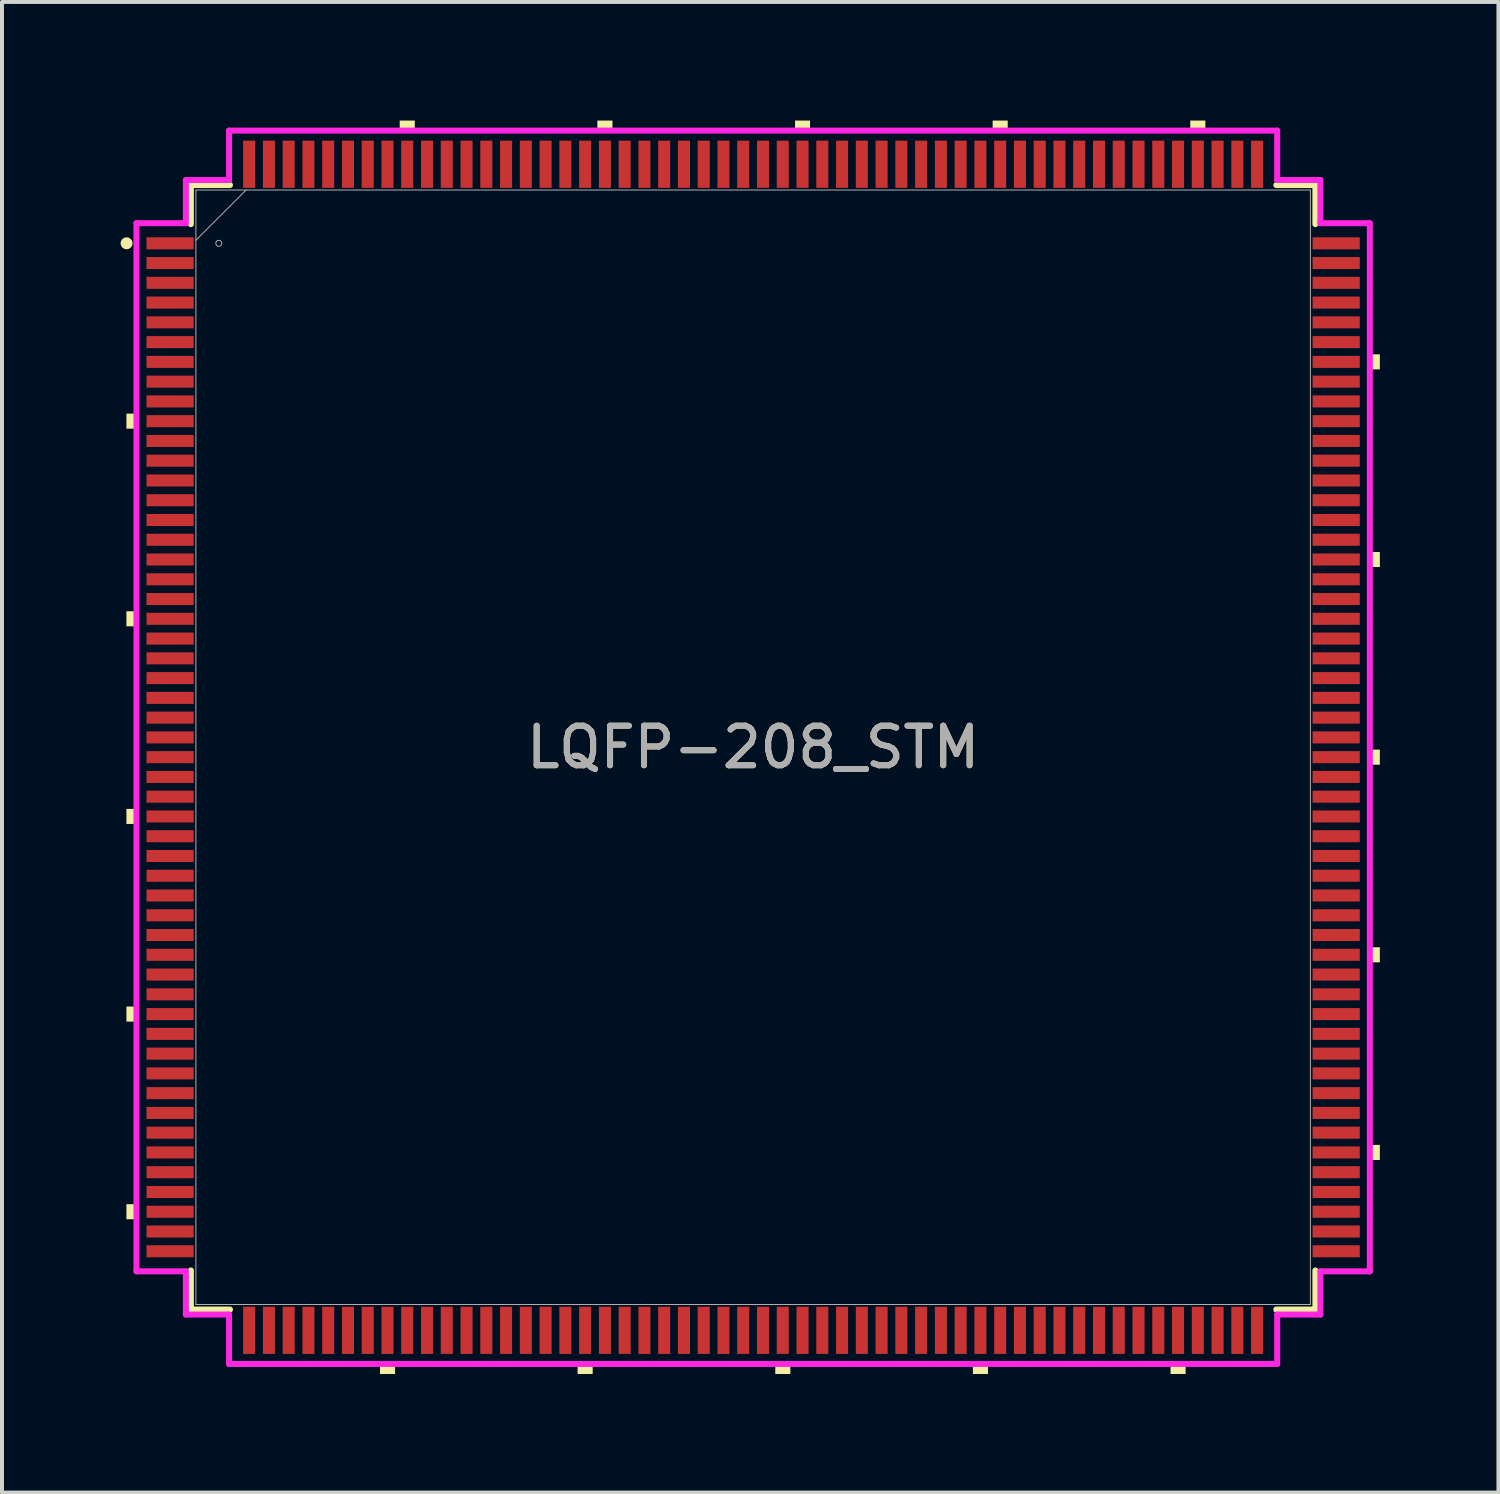
<source format=kicad_pcb>
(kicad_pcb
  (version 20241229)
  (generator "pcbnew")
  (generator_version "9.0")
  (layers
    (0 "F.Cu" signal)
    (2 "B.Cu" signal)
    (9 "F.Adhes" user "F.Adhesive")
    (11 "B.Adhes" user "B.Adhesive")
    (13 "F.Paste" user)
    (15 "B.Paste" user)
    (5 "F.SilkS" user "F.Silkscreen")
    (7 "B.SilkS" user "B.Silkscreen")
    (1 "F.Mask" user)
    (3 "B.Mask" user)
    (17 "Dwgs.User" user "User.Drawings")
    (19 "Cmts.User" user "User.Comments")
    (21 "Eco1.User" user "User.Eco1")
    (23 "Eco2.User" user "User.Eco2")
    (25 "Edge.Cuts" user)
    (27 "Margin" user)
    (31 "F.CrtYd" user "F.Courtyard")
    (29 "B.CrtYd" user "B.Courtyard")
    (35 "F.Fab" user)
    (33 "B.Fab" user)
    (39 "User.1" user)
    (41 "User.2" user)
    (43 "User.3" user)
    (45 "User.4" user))
  (footprint "LQFP-208_STM"
    (layer "F.Cu")
    (at 16.003 15.855)
    (property "Reference" "LQFP-208_STM" (at 0 0 0) (unlocked yes) (layer "F.SilkS") (effects (font (size 1 1) (thickness 0.15))))
    (attr smd)
    (fp_line (start -14.224 -14.224) (end -14.224 -13.235) (stroke (width 0.152) (type solid)) (layer "F.SilkS"))
    (fp_line (start -14.224 13.235) (end -14.224 14.224) (stroke (width 0.152) (type solid)) (layer "F.SilkS"))
    (fp_line (start -14.224 14.224) (end -13.235 14.224) (stroke (width 0.152) (type solid)) (layer "F.SilkS"))
    (fp_line (start -13.235 -14.224) (end -14.224 -14.224) (stroke (width 0.152) (type solid)) (layer "F.SilkS"))
    (fp_line (start 13.235 14.224) (end 14.224 14.224) (stroke (width 0.152) (type solid)) (layer "F.SilkS"))
    (fp_line (start 14.224 -14.224) (end 13.235 -14.224) (stroke (width 0.152) (type solid)) (layer "F.SilkS"))
    (fp_line (start 14.224 -13.235) (end 14.224 -14.224) (stroke (width 0.152) (type solid)) (layer "F.SilkS"))
    (fp_line (start 14.224 14.224) (end 14.224 13.235) (stroke (width 0.152) (type solid)) (layer "F.SilkS"))
    (fp_circle (center -15.851 -12.75) (end -15.775 -12.75) (stroke (width 0.152) (type solid)) (fill no) (layer "F.SilkS"))
    (fp_poly (pts (xy -15.855 -8.441) (xy -15.855 -8.06) (xy -15.601 -8.06) (xy -15.601 -8.441)) (stroke (width 0) (type solid)) (fill yes) (layer "F.SilkS"))
    (fp_poly (pts (xy -15.855 -3.441) (xy -15.855 -3.06) (xy -15.601 -3.06) (xy -15.601 -3.441)) (stroke (width 0) (type solid)) (fill yes) (layer "F.SilkS"))
    (fp_poly (pts (xy -15.855 1.559) (xy -15.855 1.94) (xy -15.601 1.94) (xy -15.601 1.559)) (stroke (width 0) (type solid)) (fill yes) (layer "F.SilkS"))
    (fp_poly (pts (xy -15.855 6.559) (xy -15.855 6.94) (xy -15.601 6.94) (xy -15.601 6.559)) (stroke (width 0) (type solid)) (fill yes) (layer "F.SilkS"))
    (fp_poly (pts (xy -15.855 11.559) (xy -15.855 11.94) (xy -15.601 11.94) (xy -15.601 11.559)) (stroke (width 0) (type solid)) (fill yes) (layer "F.SilkS"))
    (fp_poly (pts (xy -9.44 15.601) (xy -9.44 15.855) (xy -9.059 15.855) (xy -9.059 15.601)) (stroke (width 0) (type solid)) (fill yes) (layer "F.SilkS"))
    (fp_poly (pts (xy -8.941 -15.601) (xy -8.941 -15.855) (xy -8.559 -15.855) (xy -8.559 -15.601)) (stroke (width 0) (type solid)) (fill yes) (layer "F.SilkS"))
    (fp_poly (pts (xy -4.44 15.601) (xy -4.44 15.855) (xy -4.059 15.855) (xy -4.059 15.601)) (stroke (width 0) (type solid)) (fill yes) (layer "F.SilkS"))
    (fp_poly (pts (xy -3.941 -15.601) (xy -3.941 -15.855) (xy -3.559 -15.855) (xy -3.559 -15.601)) (stroke (width 0) (type solid)) (fill yes) (layer "F.SilkS"))
    (fp_poly (pts (xy 0.56 15.601) (xy 0.56 15.855) (xy 0.941 15.855) (xy 0.941 15.601)) (stroke (width 0) (type solid)) (fill yes) (layer "F.SilkS"))
    (fp_poly (pts (xy 1.06 -15.601) (xy 1.06 -15.855) (xy 1.44 -15.855) (xy 1.44 -15.601)) (stroke (width 0) (type solid)) (fill yes) (layer "F.SilkS"))
    (fp_poly (pts (xy 5.56 15.601) (xy 5.56 15.855) (xy 5.941 15.855) (xy 5.941 15.601)) (stroke (width 0) (type solid)) (fill yes) (layer "F.SilkS"))
    (fp_poly (pts (xy 6.059 -15.601) (xy 6.059 -15.855) (xy 6.441 -15.855) (xy 6.441 -15.601)) (stroke (width 0) (type solid)) (fill yes) (layer "F.SilkS"))
    (fp_poly (pts (xy 10.56 15.601) (xy 10.56 15.855) (xy 10.941 15.855) (xy 10.941 15.601)) (stroke (width 0) (type solid)) (fill yes) (layer "F.SilkS"))
    (fp_poly (pts (xy 11.059 -15.601) (xy 11.059 -15.855) (xy 11.441 -15.855) (xy 11.441 -15.601)) (stroke (width 0) (type solid)) (fill yes) (layer "F.SilkS"))
    (fp_poly (pts (xy 15.855 -9.941) (xy 15.855 -9.56) (xy 15.601 -9.56) (xy 15.601 -9.941)) (stroke (width 0) (type solid)) (fill yes) (layer "F.SilkS"))
    (fp_poly (pts (xy 15.855 -4.941) (xy 15.855 -4.56) (xy 15.601 -4.56) (xy 15.601 -4.941)) (stroke (width 0) (type solid)) (fill yes) (layer "F.SilkS"))
    (fp_poly (pts (xy 15.855 0.059) (xy 15.855 0.441) (xy 15.601 0.441) (xy 15.601 0.059)) (stroke (width 0) (type solid)) (fill yes) (layer "F.SilkS"))
    (fp_poly (pts (xy 15.855 5.059) (xy 15.855 5.441) (xy 15.601 5.441) (xy 15.601 5.059)) (stroke (width 0) (type solid)) (fill yes) (layer "F.SilkS"))
    (fp_poly (pts (xy 15.855 10.059) (xy 15.855 10.441) (xy 15.601 10.441) (xy 15.601 10.059)) (stroke (width 0) (type solid)) (fill yes) (layer "F.SilkS"))
    (fp_line (start -15.601 -13.258) (end -14.351 -13.258) (stroke (width 0.152) (type solid)) (layer "F.CrtYd"))
    (fp_line (start -15.601 13.258) (end -15.601 -13.258) (stroke (width 0.152) (type solid)) (layer "F.CrtYd"))
    (fp_line (start -14.351 -14.351) (end -13.258 -14.351) (stroke (width 0.152) (type solid)) (layer "F.CrtYd"))
    (fp_line (start -14.351 -13.258) (end -14.351 -14.351) (stroke (width 0.152) (type solid)) (layer "F.CrtYd"))
    (fp_line (start -14.351 13.258) (end -15.601 13.258) (stroke (width 0.152) (type solid)) (layer "F.CrtYd"))
    (fp_line (start -14.351 14.351) (end -14.351 13.258) (stroke (width 0.152) (type solid)) (layer "F.CrtYd"))
    (fp_line (start -13.258 -15.601) (end 13.258 -15.601) (stroke (width 0.152) (type solid)) (layer "F.CrtYd"))
    (fp_line (start -13.258 -14.351) (end -13.258 -15.601) (stroke (width 0.152) (type solid)) (layer "F.CrtYd"))
    (fp_line (start -13.258 14.351) (end -14.351 14.351) (stroke (width 0.152) (type solid)) (layer "F.CrtYd"))
    (fp_line (start -13.258 15.601) (end -13.258 14.351) (stroke (width 0.152) (type solid)) (layer "F.CrtYd"))
    (fp_line (start 13.258 -15.601) (end 13.258 -14.351) (stroke (width 0.152) (type solid)) (layer "F.CrtYd"))
    (fp_line (start 13.258 -14.351) (end 14.351 -14.351) (stroke (width 0.152) (type solid)) (layer "F.CrtYd"))
    (fp_line (start 13.258 14.351) (end 13.258 15.601) (stroke (width 0.152) (type solid)) (layer "F.CrtYd"))
    (fp_line (start 13.258 15.601) (end -13.258 15.601) (stroke (width 0.152) (type solid)) (layer "F.CrtYd"))
    (fp_line (start 14.351 -14.351) (end 14.351 -13.258) (stroke (width 0.152) (type solid)) (layer "F.CrtYd"))
    (fp_line (start 14.351 -13.258) (end 15.601 -13.258) (stroke (width 0.152) (type solid)) (layer "F.CrtYd"))
    (fp_line (start 14.351 13.258) (end 14.351 14.351) (stroke (width 0.152) (type solid)) (layer "F.CrtYd"))
    (fp_line (start 14.351 14.351) (end 13.258 14.351) (stroke (width 0.152) (type solid)) (layer "F.CrtYd"))
    (fp_line (start 15.601 -13.258) (end 15.601 13.258) (stroke (width 0.152) (type solid)) (layer "F.CrtYd"))
    (fp_line (start 15.601 13.258) (end 14.351 13.258) (stroke (width 0.152) (type solid)) (layer "F.CrtYd"))
    (fp_line (start -14.097 -14.097) (end -14.097 14.097) (stroke (width 0.025) (type solid)) (layer "F.Fab"))
    (fp_line (start -14.097 -12.827) (end -12.827 -14.097) (stroke (width 0.025) (type solid)) (layer "F.Fab"))
    (fp_line (start -14.097 14.097) (end 14.097 14.097) (stroke (width 0.025) (type solid)) (layer "F.Fab"))
    (fp_line (start 14.097 -14.097) (end -14.097 -14.097) (stroke (width 0.025) (type solid)) (layer "F.Fab"))
    (fp_line (start 14.097 14.097) (end 14.097 -14.097) (stroke (width 0.025) (type solid)) (layer "F.Fab"))
    (fp_circle (center -13.518 -12.75) (end -13.442 -12.75) (stroke (width 0.025) (type solid)) (fill no) (layer "F.Fab"))
    (fp_text user "${REFERENCE}" (at 0 0 0) (unlocked yes) (layer "F.Fab") (effects (font (size 1 1) (thickness 0.15))))
    (pad "1" smd rect (at -14.75 -12.75) (size 1.194 0.305) (layers "F.Cu" "F.Mask" "F.Paste"))
    (pad "2" smd rect (at -14.75 -12.25) (size 1.194 0.305) (layers "F.Cu" "F.Mask" "F.Paste"))
    (pad "3" smd rect (at -14.75 -11.75) (size 1.194 0.305) (layers "F.Cu" "F.Mask" "F.Paste"))
    (pad "4" smd rect (at -14.75 -11.25) (size 1.194 0.305) (layers "F.Cu" "F.Mask" "F.Paste"))
    (pad "5" smd rect (at -14.75 -10.75) (size 1.194 0.305) (layers "F.Cu" "F.Mask" "F.Paste"))
    (pad "6" smd rect (at -14.75 -10.25) (size 1.194 0.305) (layers "F.Cu" "F.Mask" "F.Paste"))
    (pad "7" smd rect (at -14.75 -9.75) (size 1.194 0.305) (layers "F.Cu" "F.Mask" "F.Paste"))
    (pad "8" smd rect (at -14.75 -9.25) (size 1.194 0.305) (layers "F.Cu" "F.Mask" "F.Paste"))
    (pad "9" smd rect (at -14.75 -8.75) (size 1.194 0.305) (layers "F.Cu" "F.Mask" "F.Paste"))
    (pad "10" smd rect (at -14.75 -8.25) (size 1.194 0.305) (layers "F.Cu" "F.Mask" "F.Paste"))
    (pad "11" smd rect (at -14.75 -7.75) (size 1.194 0.305) (layers "F.Cu" "F.Mask" "F.Paste"))
    (pad "12" smd rect (at -14.75 -7.25) (size 1.194 0.305) (layers "F.Cu" "F.Mask" "F.Paste"))
    (pad "13" smd rect (at -14.75 -6.75) (size 1.194 0.305) (layers "F.Cu" "F.Mask" "F.Paste"))
    (pad "14" smd rect (at -14.75 -6.25) (size 1.194 0.305) (layers "F.Cu" "F.Mask" "F.Paste"))
    (pad "15" smd rect (at -14.75 -5.75) (size 1.194 0.305) (layers "F.Cu" "F.Mask" "F.Paste"))
    (pad "16" smd rect (at -14.75 -5.25) (size 1.194 0.305) (layers "F.Cu" "F.Mask" "F.Paste"))
    (pad "17" smd rect (at -14.75 -4.75) (size 1.194 0.305) (layers "F.Cu" "F.Mask" "F.Paste"))
    (pad "18" smd rect (at -14.75 -4.25) (size 1.194 0.305) (layers "F.Cu" "F.Mask" "F.Paste"))
    (pad "19" smd rect (at -14.75 -3.75) (size 1.194 0.305) (layers "F.Cu" "F.Mask" "F.Paste"))
    (pad "20" smd rect (at -14.75 -3.25) (size 1.194 0.305) (layers "F.Cu" "F.Mask" "F.Paste"))
    (pad "21" smd rect (at -14.75 -2.75) (size 1.194 0.305) (layers "F.Cu" "F.Mask" "F.Paste"))
    (pad "22" smd rect (at -14.75 -2.25) (size 1.194 0.305) (layers "F.Cu" "F.Mask" "F.Paste"))
    (pad "23" smd rect (at -14.75 -1.75) (size 1.194 0.305) (layers "F.Cu" "F.Mask" "F.Paste"))
    (pad "24" smd rect (at -14.75 -1.25) (size 1.194 0.305) (layers "F.Cu" "F.Mask" "F.Paste"))
    (pad "25" smd rect (at -14.75 -0.75) (size 1.194 0.305) (layers "F.Cu" "F.Mask" "F.Paste"))
    (pad "26" smd rect (at -14.75 -0.25) (size 1.194 0.305) (layers "F.Cu" "F.Mask" "F.Paste"))
    (pad "27" smd rect (at -14.75 0.25) (size 1.194 0.305) (layers "F.Cu" "F.Mask" "F.Paste"))
    (pad "28" smd rect (at -14.75 0.75) (size 1.194 0.305) (layers "F.Cu" "F.Mask" "F.Paste"))
    (pad "29" smd rect (at -14.75 1.25) (size 1.194 0.305) (layers "F.Cu" "F.Mask" "F.Paste"))
    (pad "30" smd rect (at -14.75 1.75) (size 1.194 0.305) (layers "F.Cu" "F.Mask" "F.Paste"))
    (pad "31" smd rect (at -14.75 2.25) (size 1.194 0.305) (layers "F.Cu" "F.Mask" "F.Paste"))
    (pad "32" smd rect (at -14.75 2.75) (size 1.194 0.305) (layers "F.Cu" "F.Mask" "F.Paste"))
    (pad "33" smd rect (at -14.75 3.25) (size 1.194 0.305) (layers "F.Cu" "F.Mask" "F.Paste"))
    (pad "34" smd rect (at -14.75 3.75) (size 1.194 0.305) (layers "F.Cu" "F.Mask" "F.Paste"))
    (pad "35" smd rect (at -14.75 4.25) (size 1.194 0.305) (layers "F.Cu" "F.Mask" "F.Paste"))
    (pad "36" smd rect (at -14.75 4.75) (size 1.194 0.305) (layers "F.Cu" "F.Mask" "F.Paste"))
    (pad "37" smd rect (at -14.75 5.25) (size 1.194 0.305) (layers "F.Cu" "F.Mask" "F.Paste"))
    (pad "38" smd rect (at -14.75 5.75) (size 1.194 0.305) (layers "F.Cu" "F.Mask" "F.Paste"))
    (pad "39" smd rect (at -14.75 6.25) (size 1.194 0.305) (layers "F.Cu" "F.Mask" "F.Paste"))
    (pad "40" smd rect (at -14.75 6.75) (size 1.194 0.305) (layers "F.Cu" "F.Mask" "F.Paste"))
    (pad "41" smd rect (at -14.75 7.25) (size 1.194 0.305) (layers "F.Cu" "F.Mask" "F.Paste"))
    (pad "42" smd rect (at -14.75 7.75) (size 1.194 0.305) (layers "F.Cu" "F.Mask" "F.Paste"))
    (pad "43" smd rect (at -14.75 8.25) (size 1.194 0.305) (layers "F.Cu" "F.Mask" "F.Paste"))
    (pad "44" smd rect (at -14.75 8.75) (size 1.194 0.305) (layers "F.Cu" "F.Mask" "F.Paste"))
    (pad "45" smd rect (at -14.75 9.25) (size 1.194 0.305) (layers "F.Cu" "F.Mask" "F.Paste"))
    (pad "46" smd rect (at -14.75 9.75) (size 1.194 0.305) (layers "F.Cu" "F.Mask" "F.Paste"))
    (pad "47" smd rect (at -14.75 10.25) (size 1.194 0.305) (layers "F.Cu" "F.Mask" "F.Paste"))
    (pad "48" smd rect (at -14.75 10.75) (size 1.194 0.305) (layers "F.Cu" "F.Mask" "F.Paste"))
    (pad "49" smd rect (at -14.75 11.25) (size 1.194 0.305) (layers "F.Cu" "F.Mask" "F.Paste"))
    (pad "50" smd rect (at -14.75 11.75) (size 1.194 0.305) (layers "F.Cu" "F.Mask" "F.Paste"))
    (pad "51" smd rect (at -14.75 12.25) (size 1.194 0.305) (layers "F.Cu" "F.Mask" "F.Paste"))
    (pad "52" smd rect (at -14.75 12.75) (size 1.194 0.305) (layers "F.Cu" "F.Mask" "F.Paste"))
    (pad "53" smd rect (at -12.75 14.75 90) (size 1.194 0.305) (layers "F.Cu" "F.Mask" "F.Paste"))
    (pad "54" smd rect (at -12.25 14.75 90) (size 1.194 0.305) (layers "F.Cu" "F.Mask" "F.Paste"))
    (pad "55" smd rect (at -11.75 14.75 90) (size 1.194 0.305) (layers "F.Cu" "F.Mask" "F.Paste"))
    (pad "56" smd rect (at -11.25 14.75 90) (size 1.194 0.305) (layers "F.Cu" "F.Mask" "F.Paste"))
    (pad "57" smd rect (at -10.75 14.75 90) (size 1.194 0.305) (layers "F.Cu" "F.Mask" "F.Paste"))
    (pad "58" smd rect (at -10.25 14.75 90) (size 1.194 0.305) (layers "F.Cu" "F.Mask" "F.Paste"))
    (pad "59" smd rect (at -9.75 14.75 90) (size 1.194 0.305) (layers "F.Cu" "F.Mask" "F.Paste"))
    (pad "60" smd rect (at -9.25 14.75 90) (size 1.194 0.305) (layers "F.Cu" "F.Mask" "F.Paste"))
    (pad "61" smd rect (at -8.75 14.75 90) (size 1.194 0.305) (layers "F.Cu" "F.Mask" "F.Paste"))
    (pad "62" smd rect (at -8.25 14.75 90) (size 1.194 0.305) (layers "F.Cu" "F.Mask" "F.Paste"))
    (pad "63" smd rect (at -7.75 14.75 90) (size 1.194 0.305) (layers "F.Cu" "F.Mask" "F.Paste"))
    (pad "64" smd rect (at -7.25 14.75 90) (size 1.194 0.305) (layers "F.Cu" "F.Mask" "F.Paste"))
    (pad "65" smd rect (at -6.75 14.75 90) (size 1.194 0.305) (layers "F.Cu" "F.Mask" "F.Paste"))
    (pad "66" smd rect (at -6.25 14.75 90) (size 1.194 0.305) (layers "F.Cu" "F.Mask" "F.Paste"))
    (pad "67" smd rect (at -5.75 14.75 90) (size 1.194 0.305) (layers "F.Cu" "F.Mask" "F.Paste"))
    (pad "68" smd rect (at -5.25 14.75 90) (size 1.194 0.305) (layers "F.Cu" "F.Mask" "F.Paste"))
    (pad "69" smd rect (at -4.75 14.75 90) (size 1.194 0.305) (layers "F.Cu" "F.Mask" "F.Paste"))
    (pad "70" smd rect (at -4.25 14.75 90) (size 1.194 0.305) (layers "F.Cu" "F.Mask" "F.Paste"))
    (pad "71" smd rect (at -3.75 14.75 90) (size 1.194 0.305) (layers "F.Cu" "F.Mask" "F.Paste"))
    (pad "72" smd rect (at -3.25 14.75 90) (size 1.194 0.305) (layers "F.Cu" "F.Mask" "F.Paste"))
    (pad "73" smd rect (at -2.75 14.75 90) (size 1.194 0.305) (layers "F.Cu" "F.Mask" "F.Paste"))
    (pad "74" smd rect (at -2.25 14.75 90) (size 1.194 0.305) (layers "F.Cu" "F.Mask" "F.Paste"))
    (pad "75" smd rect (at -1.75 14.75 90) (size 1.194 0.305) (layers "F.Cu" "F.Mask" "F.Paste"))
    (pad "76" smd rect (at -1.25 14.75 90) (size 1.194 0.305) (layers "F.Cu" "F.Mask" "F.Paste"))
    (pad "77" smd rect (at -0.75 14.75 90) (size 1.194 0.305) (layers "F.Cu" "F.Mask" "F.Paste"))
    (pad "78" smd rect (at -0.25 14.75 90) (size 1.194 0.305) (layers "F.Cu" "F.Mask" "F.Paste"))
    (pad "79" smd rect (at 0.25 14.75 90) (size 1.194 0.305) (layers "F.Cu" "F.Mask" "F.Paste"))
    (pad "80" smd rect (at 0.75 14.75 90) (size 1.194 0.305) (layers "F.Cu" "F.Mask" "F.Paste"))
    (pad "81" smd rect (at 1.25 14.75 90) (size 1.194 0.305) (layers "F.Cu" "F.Mask" "F.Paste"))
    (pad "82" smd rect (at 1.75 14.75 90) (size 1.194 0.305) (layers "F.Cu" "F.Mask" "F.Paste"))
    (pad "83" smd rect (at 2.25 14.75 90) (size 1.194 0.305) (layers "F.Cu" "F.Mask" "F.Paste"))
    (pad "84" smd rect (at 2.75 14.75 90) (size 1.194 0.305) (layers "F.Cu" "F.Mask" "F.Paste"))
    (pad "85" smd rect (at 3.25 14.75 90) (size 1.194 0.305) (layers "F.Cu" "F.Mask" "F.Paste"))
    (pad "86" smd rect (at 3.75 14.75 90) (size 1.194 0.305) (layers "F.Cu" "F.Mask" "F.Paste"))
    (pad "87" smd rect (at 4.25 14.75 90) (size 1.194 0.305) (layers "F.Cu" "F.Mask" "F.Paste"))
    (pad "88" smd rect (at 4.75 14.75 90) (size 1.194 0.305) (layers "F.Cu" "F.Mask" "F.Paste"))
    (pad "89" smd rect (at 5.25 14.75 90) (size 1.194 0.305) (layers "F.Cu" "F.Mask" "F.Paste"))
    (pad "90" smd rect (at 5.75 14.75 90) (size 1.194 0.305) (layers "F.Cu" "F.Mask" "F.Paste"))
    (pad "91" smd rect (at 6.25 14.75 90) (size 1.194 0.305) (layers "F.Cu" "F.Mask" "F.Paste"))
    (pad "92" smd rect (at 6.75 14.75 90) (size 1.194 0.305) (layers "F.Cu" "F.Mask" "F.Paste"))
    (pad "93" smd rect (at 7.25 14.75 90) (size 1.194 0.305) (layers "F.Cu" "F.Mask" "F.Paste"))
    (pad "94" smd rect (at 7.75 14.75 90) (size 1.194 0.305) (layers "F.Cu" "F.Mask" "F.Paste"))
    (pad "95" smd rect (at 8.25 14.75 90) (size 1.194 0.305) (layers "F.Cu" "F.Mask" "F.Paste"))
    (pad "96" smd rect (at 8.75 14.75 90) (size 1.194 0.305) (layers "F.Cu" "F.Mask" "F.Paste"))
    (pad "97" smd rect (at 9.25 14.75 90) (size 1.194 0.305) (layers "F.Cu" "F.Mask" "F.Paste"))
    (pad "98" smd rect (at 9.75 14.75 90) (size 1.194 0.305) (layers "F.Cu" "F.Mask" "F.Paste"))
    (pad "99" smd rect (at 10.25 14.75 90) (size 1.194 0.305) (layers "F.Cu" "F.Mask" "F.Paste"))
    (pad "100" smd rect (at 10.75 14.75 90) (size 1.194 0.305) (layers "F.Cu" "F.Mask" "F.Paste"))
    (pad "101" smd rect (at 11.25 14.75 90) (size 1.194 0.305) (layers "F.Cu" "F.Mask" "F.Paste"))
    (pad "102" smd rect (at 11.75 14.75 90) (size 1.194 0.305) (layers "F.Cu" "F.Mask" "F.Paste"))
    (pad "103" smd rect (at 12.25 14.75 90) (size 1.194 0.305) (layers "F.Cu" "F.Mask" "F.Paste"))
    (pad "104" smd rect (at 12.75 14.75 90) (size 1.194 0.305) (layers "F.Cu" "F.Mask" "F.Paste"))
    (pad "105" smd rect (at 14.75 12.75) (size 1.194 0.305) (layers "F.Cu" "F.Mask" "F.Paste"))
    (pad "106" smd rect (at 14.75 12.25) (size 1.194 0.305) (layers "F.Cu" "F.Mask" "F.Paste"))
    (pad "107" smd rect (at 14.75 11.75) (size 1.194 0.305) (layers "F.Cu" "F.Mask" "F.Paste"))
    (pad "108" smd rect (at 14.75 11.25) (size 1.194 0.305) (layers "F.Cu" "F.Mask" "F.Paste"))
    (pad "109" smd rect (at 14.75 10.75) (size 1.194 0.305) (layers "F.Cu" "F.Mask" "F.Paste"))
    (pad "110" smd rect (at 14.75 10.25) (size 1.194 0.305) (layers "F.Cu" "F.Mask" "F.Paste"))
    (pad "111" smd rect (at 14.75 9.75) (size 1.194 0.305) (layers "F.Cu" "F.Mask" "F.Paste"))
    (pad "112" smd rect (at 14.75 9.25) (size 1.194 0.305) (layers "F.Cu" "F.Mask" "F.Paste"))
    (pad "113" smd rect (at 14.75 8.75) (size 1.194 0.305) (layers "F.Cu" "F.Mask" "F.Paste"))
    (pad "114" smd rect (at 14.75 8.25) (size 1.194 0.305) (layers "F.Cu" "F.Mask" "F.Paste"))
    (pad "115" smd rect (at 14.75 7.75) (size 1.194 0.305) (layers "F.Cu" "F.Mask" "F.Paste"))
    (pad "116" smd rect (at 14.75 7.25) (size 1.194 0.305) (layers "F.Cu" "F.Mask" "F.Paste"))
    (pad "117" smd rect (at 14.75 6.75) (size 1.194 0.305) (layers "F.Cu" "F.Mask" "F.Paste"))
    (pad "118" smd rect (at 14.75 6.25) (size 1.194 0.305) (layers "F.Cu" "F.Mask" "F.Paste"))
    (pad "119" smd rect (at 14.75 5.75) (size 1.194 0.305) (layers "F.Cu" "F.Mask" "F.Paste"))
    (pad "120" smd rect (at 14.75 5.25) (size 1.194 0.305) (layers "F.Cu" "F.Mask" "F.Paste"))
    (pad "121" smd rect (at 14.75 4.75) (size 1.194 0.305) (layers "F.Cu" "F.Mask" "F.Paste"))
    (pad "122" smd rect (at 14.75 4.25) (size 1.194 0.305) (layers "F.Cu" "F.Mask" "F.Paste"))
    (pad "123" smd rect (at 14.75 3.75) (size 1.194 0.305) (layers "F.Cu" "F.Mask" "F.Paste"))
    (pad "124" smd rect (at 14.75 3.25) (size 1.194 0.305) (layers "F.Cu" "F.Mask" "F.Paste"))
    (pad "125" smd rect (at 14.75 2.75) (size 1.194 0.305) (layers "F.Cu" "F.Mask" "F.Paste"))
    (pad "126" smd rect (at 14.75 2.25) (size 1.194 0.305) (layers "F.Cu" "F.Mask" "F.Paste"))
    (pad "127" smd rect (at 14.75 1.75) (size 1.194 0.305) (layers "F.Cu" "F.Mask" "F.Paste"))
    (pad "128" smd rect (at 14.75 1.25) (size 1.194 0.305) (layers "F.Cu" "F.Mask" "F.Paste"))
    (pad "129" smd rect (at 14.75 0.75) (size 1.194 0.305) (layers "F.Cu" "F.Mask" "F.Paste"))
    (pad "130" smd rect (at 14.75 0.25) (size 1.194 0.305) (layers "F.Cu" "F.Mask" "F.Paste"))
    (pad "131" smd rect (at 14.75 -0.25) (size 1.194 0.305) (layers "F.Cu" "F.Mask" "F.Paste"))
    (pad "132" smd rect (at 14.75 -0.75) (size 1.194 0.305) (layers "F.Cu" "F.Mask" "F.Paste"))
    (pad "133" smd rect (at 14.75 -1.25) (size 1.194 0.305) (layers "F.Cu" "F.Mask" "F.Paste"))
    (pad "134" smd rect (at 14.75 -1.75) (size 1.194 0.305) (layers "F.Cu" "F.Mask" "F.Paste"))
    (pad "135" smd rect (at 14.75 -2.25) (size 1.194 0.305) (layers "F.Cu" "F.Mask" "F.Paste"))
    (pad "136" smd rect (at 14.75 -2.75) (size 1.194 0.305) (layers "F.Cu" "F.Mask" "F.Paste"))
    (pad "137" smd rect (at 14.75 -3.25) (size 1.194 0.305) (layers "F.Cu" "F.Mask" "F.Paste"))
    (pad "138" smd rect (at 14.75 -3.75) (size 1.194 0.305) (layers "F.Cu" "F.Mask" "F.Paste"))
    (pad "139" smd rect (at 14.75 -4.25) (size 1.194 0.305) (layers "F.Cu" "F.Mask" "F.Paste"))
    (pad "140" smd rect (at 14.75 -4.75) (size 1.194 0.305) (layers "F.Cu" "F.Mask" "F.Paste"))
    (pad "141" smd rect (at 14.75 -5.25) (size 1.194 0.305) (layers "F.Cu" "F.Mask" "F.Paste"))
    (pad "142" smd rect (at 14.75 -5.75) (size 1.194 0.305) (layers "F.Cu" "F.Mask" "F.Paste"))
    (pad "143" smd rect (at 14.75 -6.25) (size 1.194 0.305) (layers "F.Cu" "F.Mask" "F.Paste"))
    (pad "144" smd rect (at 14.75 -6.75) (size 1.194 0.305) (layers "F.Cu" "F.Mask" "F.Paste"))
    (pad "145" smd rect (at 14.75 -7.25) (size 1.194 0.305) (layers "F.Cu" "F.Mask" "F.Paste"))
    (pad "146" smd rect (at 14.75 -7.75) (size 1.194 0.305) (layers "F.Cu" "F.Mask" "F.Paste"))
    (pad "147" smd rect (at 14.75 -8.25) (size 1.194 0.305) (layers "F.Cu" "F.Mask" "F.Paste"))
    (pad "148" smd rect (at 14.75 -8.75) (size 1.194 0.305) (layers "F.Cu" "F.Mask" "F.Paste"))
    (pad "149" smd rect (at 14.75 -9.25) (size 1.194 0.305) (layers "F.Cu" "F.Mask" "F.Paste"))
    (pad "150" smd rect (at 14.75 -9.75) (size 1.194 0.305) (layers "F.Cu" "F.Mask" "F.Paste"))
    (pad "151" smd rect (at 14.75 -10.25) (size 1.194 0.305) (layers "F.Cu" "F.Mask" "F.Paste"))
    (pad "152" smd rect (at 14.75 -10.75) (size 1.194 0.305) (layers "F.Cu" "F.Mask" "F.Paste"))
    (pad "153" smd rect (at 14.75 -11.25) (size 1.194 0.305) (layers "F.Cu" "F.Mask" "F.Paste"))
    (pad "154" smd rect (at 14.75 -11.75) (size 1.194 0.305) (layers "F.Cu" "F.Mask" "F.Paste"))
    (pad "155" smd rect (at 14.75 -12.25) (size 1.194 0.305) (layers "F.Cu" "F.Mask" "F.Paste"))
    (pad "156" smd rect (at 14.75 -12.75) (size 1.194 0.305) (layers "F.Cu" "F.Mask" "F.Paste"))
    (pad "157" smd rect (at 12.75 -14.75 90) (size 1.194 0.305) (layers "F.Cu" "F.Mask" "F.Paste"))
    (pad "158" smd rect (at 12.25 -14.75 90) (size 1.194 0.305) (layers "F.Cu" "F.Mask" "F.Paste"))
    (pad "159" smd rect (at 11.75 -14.75 90) (size 1.194 0.305) (layers "F.Cu" "F.Mask" "F.Paste"))
    (pad "160" smd rect (at 11.25 -14.75 90) (size 1.194 0.305) (layers "F.Cu" "F.Mask" "F.Paste"))
    (pad "161" smd rect (at 10.75 -14.75 90) (size 1.194 0.305) (layers "F.Cu" "F.Mask" "F.Paste"))
    (pad "162" smd rect (at 10.25 -14.75 90) (size 1.194 0.305) (layers "F.Cu" "F.Mask" "F.Paste"))
    (pad "163" smd rect (at 9.75 -14.75 90) (size 1.194 0.305) (layers "F.Cu" "F.Mask" "F.Paste"))
    (pad "164" smd rect (at 9.25 -14.75 90) (size 1.194 0.305) (layers "F.Cu" "F.Mask" "F.Paste"))
    (pad "165" smd rect (at 8.75 -14.75 90) (size 1.194 0.305) (layers "F.Cu" "F.Mask" "F.Paste"))
    (pad "166" smd rect (at 8.25 -14.75 90) (size 1.194 0.305) (layers "F.Cu" "F.Mask" "F.Paste"))
    (pad "167" smd rect (at 7.75 -14.75 90) (size 1.194 0.305) (layers "F.Cu" "F.Mask" "F.Paste"))
    (pad "168" smd rect (at 7.25 -14.75 90) (size 1.194 0.305) (layers "F.Cu" "F.Mask" "F.Paste"))
    (pad "169" smd rect (at 6.75 -14.75 90) (size 1.194 0.305) (layers "F.Cu" "F.Mask" "F.Paste"))
    (pad "170" smd rect (at 6.25 -14.75 90) (size 1.194 0.305) (layers "F.Cu" "F.Mask" "F.Paste"))
    (pad "171" smd rect (at 5.75 -14.75 90) (size 1.194 0.305) (layers "F.Cu" "F.Mask" "F.Paste"))
    (pad "172" smd rect (at 5.25 -14.75 90) (size 1.194 0.305) (layers "F.Cu" "F.Mask" "F.Paste"))
    (pad "173" smd rect (at 4.75 -14.75 90) (size 1.194 0.305) (layers "F.Cu" "F.Mask" "F.Paste"))
    (pad "174" smd rect (at 4.25 -14.75 90) (size 1.194 0.305) (layers "F.Cu" "F.Mask" "F.Paste"))
    (pad "175" smd rect (at 3.75 -14.75 90) (size 1.194 0.305) (layers "F.Cu" "F.Mask" "F.Paste"))
    (pad "176" smd rect (at 3.25 -14.75 90) (size 1.194 0.305) (layers "F.Cu" "F.Mask" "F.Paste"))
    (pad "177" smd rect (at 2.75 -14.75 90) (size 1.194 0.305) (layers "F.Cu" "F.Mask" "F.Paste"))
    (pad "178" smd rect (at 2.25 -14.75 90) (size 1.194 0.305) (layers "F.Cu" "F.Mask" "F.Paste"))
    (pad "179" smd rect (at 1.75 -14.75 90) (size 1.194 0.305) (layers "F.Cu" "F.Mask" "F.Paste"))
    (pad "180" smd rect (at 1.25 -14.75 90) (size 1.194 0.305) (layers "F.Cu" "F.Mask" "F.Paste"))
    (pad "181" smd rect (at 0.75 -14.75 90) (size 1.194 0.305) (layers "F.Cu" "F.Mask" "F.Paste"))
    (pad "182" smd rect (at 0.25 -14.75 90) (size 1.194 0.305) (layers "F.Cu" "F.Mask" "F.Paste"))
    (pad "183" smd rect (at -0.25 -14.75 90) (size 1.194 0.305) (layers "F.Cu" "F.Mask" "F.Paste"))
    (pad "184" smd rect (at -0.75 -14.75 90) (size 1.194 0.305) (layers "F.Cu" "F.Mask" "F.Paste"))
    (pad "185" smd rect (at -1.25 -14.75 90) (size 1.194 0.305) (layers "F.Cu" "F.Mask" "F.Paste"))
    (pad "186" smd rect (at -1.75 -14.75 90) (size 1.194 0.305) (layers "F.Cu" "F.Mask" "F.Paste"))
    (pad "187" smd rect (at -2.25 -14.75 90) (size 1.194 0.305) (layers "F.Cu" "F.Mask" "F.Paste"))
    (pad "188" smd rect (at -2.75 -14.75 90) (size 1.194 0.305) (layers "F.Cu" "F.Mask" "F.Paste"))
    (pad "189" smd rect (at -3.25 -14.75 90) (size 1.194 0.305) (layers "F.Cu" "F.Mask" "F.Paste"))
    (pad "190" smd rect (at -3.75 -14.75 90) (size 1.194 0.305) (layers "F.Cu" "F.Mask" "F.Paste"))
    (pad "191" smd rect (at -4.25 -14.75 90) (size 1.194 0.305) (layers "F.Cu" "F.Mask" "F.Paste"))
    (pad "192" smd rect (at -4.75 -14.75 90) (size 1.194 0.305) (layers "F.Cu" "F.Mask" "F.Paste"))
    (pad "193" smd rect (at -5.25 -14.75 90) (size 1.194 0.305) (layers "F.Cu" "F.Mask" "F.Paste"))
    (pad "194" smd rect (at -5.75 -14.75 90) (size 1.194 0.305) (layers "F.Cu" "F.Mask" "F.Paste"))
    (pad "195" smd rect (at -6.25 -14.75 90) (size 1.194 0.305) (layers "F.Cu" "F.Mask" "F.Paste"))
    (pad "196" smd rect (at -6.75 -14.75 90) (size 1.194 0.305) (layers "F.Cu" "F.Mask" "F.Paste"))
    (pad "197" smd rect (at -7.25 -14.75 90) (size 1.194 0.305) (layers "F.Cu" "F.Mask" "F.Paste"))
    (pad "198" smd rect (at -7.75 -14.75 90) (size 1.194 0.305) (layers "F.Cu" "F.Mask" "F.Paste"))
    (pad "199" smd rect (at -8.25 -14.75 90) (size 1.194 0.305) (layers "F.Cu" "F.Mask" "F.Paste"))
    (pad "200" smd rect (at -8.75 -14.75 90) (size 1.194 0.305) (layers "F.Cu" "F.Mask" "F.Paste"))
    (pad "201" smd rect (at -9.25 -14.75 90) (size 1.194 0.305) (layers "F.Cu" "F.Mask" "F.Paste"))
    (pad "202" smd rect (at -9.75 -14.75 90) (size 1.194 0.305) (layers "F.Cu" "F.Mask" "F.Paste"))
    (pad "203" smd rect (at -10.25 -14.75 90) (size 1.194 0.305) (layers "F.Cu" "F.Mask" "F.Paste"))
    (pad "204" smd rect (at -10.75 -14.75 90) (size 1.194 0.305) (layers "F.Cu" "F.Mask" "F.Paste"))
    (pad "205" smd rect (at -11.25 -14.75 90) (size 1.194 0.305) (layers "F.Cu" "F.Mask" "F.Paste"))
    (pad "206" smd rect (at -11.75 -14.75 90) (size 1.194 0.305) (layers "F.Cu" "F.Mask" "F.Paste"))
    (pad "207" smd rect (at -12.25 -14.75 90) (size 1.194 0.305) (layers "F.Cu" "F.Mask" "F.Paste"))
    (pad "208" smd rect (at -12.75 -14.75 90) (size 1.194 0.305) (layers "F.Cu" "F.Mask" "F.Paste")))
  (gr_rect
    (start -3 -3)
    (end 34.858 34.71)
    (stroke (width 0.1) (type default))
    (fill no)
    (layer "Edge.Cuts")))
</source>
